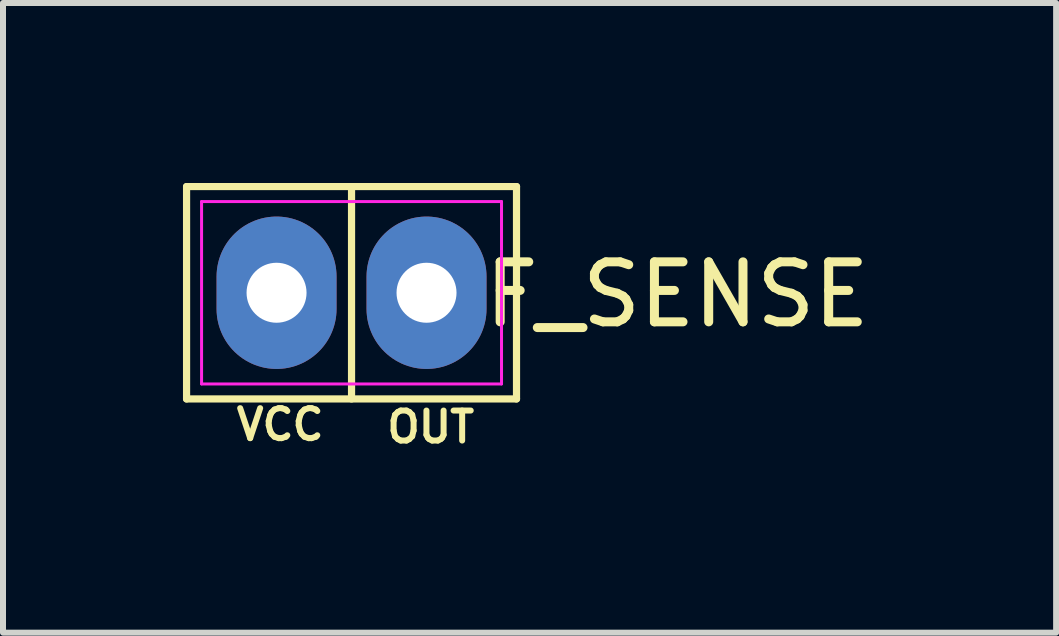
<source format=kicad_pcb>
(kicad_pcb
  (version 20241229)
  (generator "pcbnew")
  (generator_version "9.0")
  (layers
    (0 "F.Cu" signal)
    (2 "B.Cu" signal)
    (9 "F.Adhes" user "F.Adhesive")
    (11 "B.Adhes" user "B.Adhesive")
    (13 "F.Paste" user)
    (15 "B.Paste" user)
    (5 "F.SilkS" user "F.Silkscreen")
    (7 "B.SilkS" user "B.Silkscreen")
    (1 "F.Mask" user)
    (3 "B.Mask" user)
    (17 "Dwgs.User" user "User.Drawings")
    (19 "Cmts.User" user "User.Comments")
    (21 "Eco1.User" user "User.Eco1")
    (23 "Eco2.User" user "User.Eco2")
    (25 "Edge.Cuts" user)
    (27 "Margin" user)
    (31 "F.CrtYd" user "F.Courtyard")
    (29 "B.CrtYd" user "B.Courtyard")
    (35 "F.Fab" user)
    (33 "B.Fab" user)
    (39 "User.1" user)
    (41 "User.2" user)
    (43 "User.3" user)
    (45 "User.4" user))
  (footprint "F_SENSE"
    (layer "F.Cu")
    (at 2.81 1.83)
    (property "Reference" "F_SENSE" (at 5.43 0.03 0) (unlocked yes) (layer "F.SilkS") (effects (font (size 1 1) (thickness 0.15))))
    (attr through_hole)
    (fp_line (start -2.75 -1.77) (end 2.75 -1.77) (stroke (width 0.12) (type default)) (layer "F.SilkS"))
    (fp_line (start -2.75 1.77) (end -2.75 -1.77) (stroke (width 0.12) (type default)) (layer "F.SilkS"))
    (fp_line (start 0 -1.77) (end 0 1.77) (stroke (width 0.12) (type default)) (layer "F.SilkS"))
    (fp_line (start 2.75 -1.77) (end 2.75 1.77) (stroke (width 0.12) (type default)) (layer "F.SilkS"))
    (fp_line (start 2.75 1.77) (end -2.75 1.77) (stroke (width 0.12) (type default)) (layer "F.SilkS"))
    (fp_line (start -2.5 -1.52) (end 2.5 -1.52) (stroke (width 0.05) (type default)) (layer "F.CrtYd"))
    (fp_line (start -2.5 1.52) (end -2.5 -1.52) (stroke (width 0.05) (type default)) (layer "F.CrtYd"))
    (fp_line (start 2.5 -1.52) (end 2.5 1.52) (stroke (width 0.05) (type default)) (layer "F.CrtYd"))
    (fp_line (start 2.5 1.52) (end -2.5 1.52) (stroke (width 0.05) (type default)) (layer "F.CrtYd"))
    (fp_text user "OUT" (at 0.54 2.53 0) (unlocked yes) (layer "F.SilkS") (effects (font (size 0.5 0.5) (thickness 0.1)) (justify left bottom)))
    (fp_text user "VCC" (at -1.97 2.49 0) (unlocked yes) (layer "F.SilkS") (effects (font (size 0.5 0.5) (thickness 0.1)) (justify left bottom)))
    (pad "1" thru_hole oval (at -1.25 0) (size 2 2.54) (drill 1) (layers "*.Cu" "*.Mask"))
    (pad "2" thru_hole oval (at 1.25 0) (size 2 2.54) (drill 1) (layers "*.Cu" "*.Mask")))
  (gr_rect
    (start -3 -3)
    (end 14.555 7.496)
    (stroke (width 0.1) (type default))
    (fill no)
    (layer "Edge.Cuts")))
</source>
